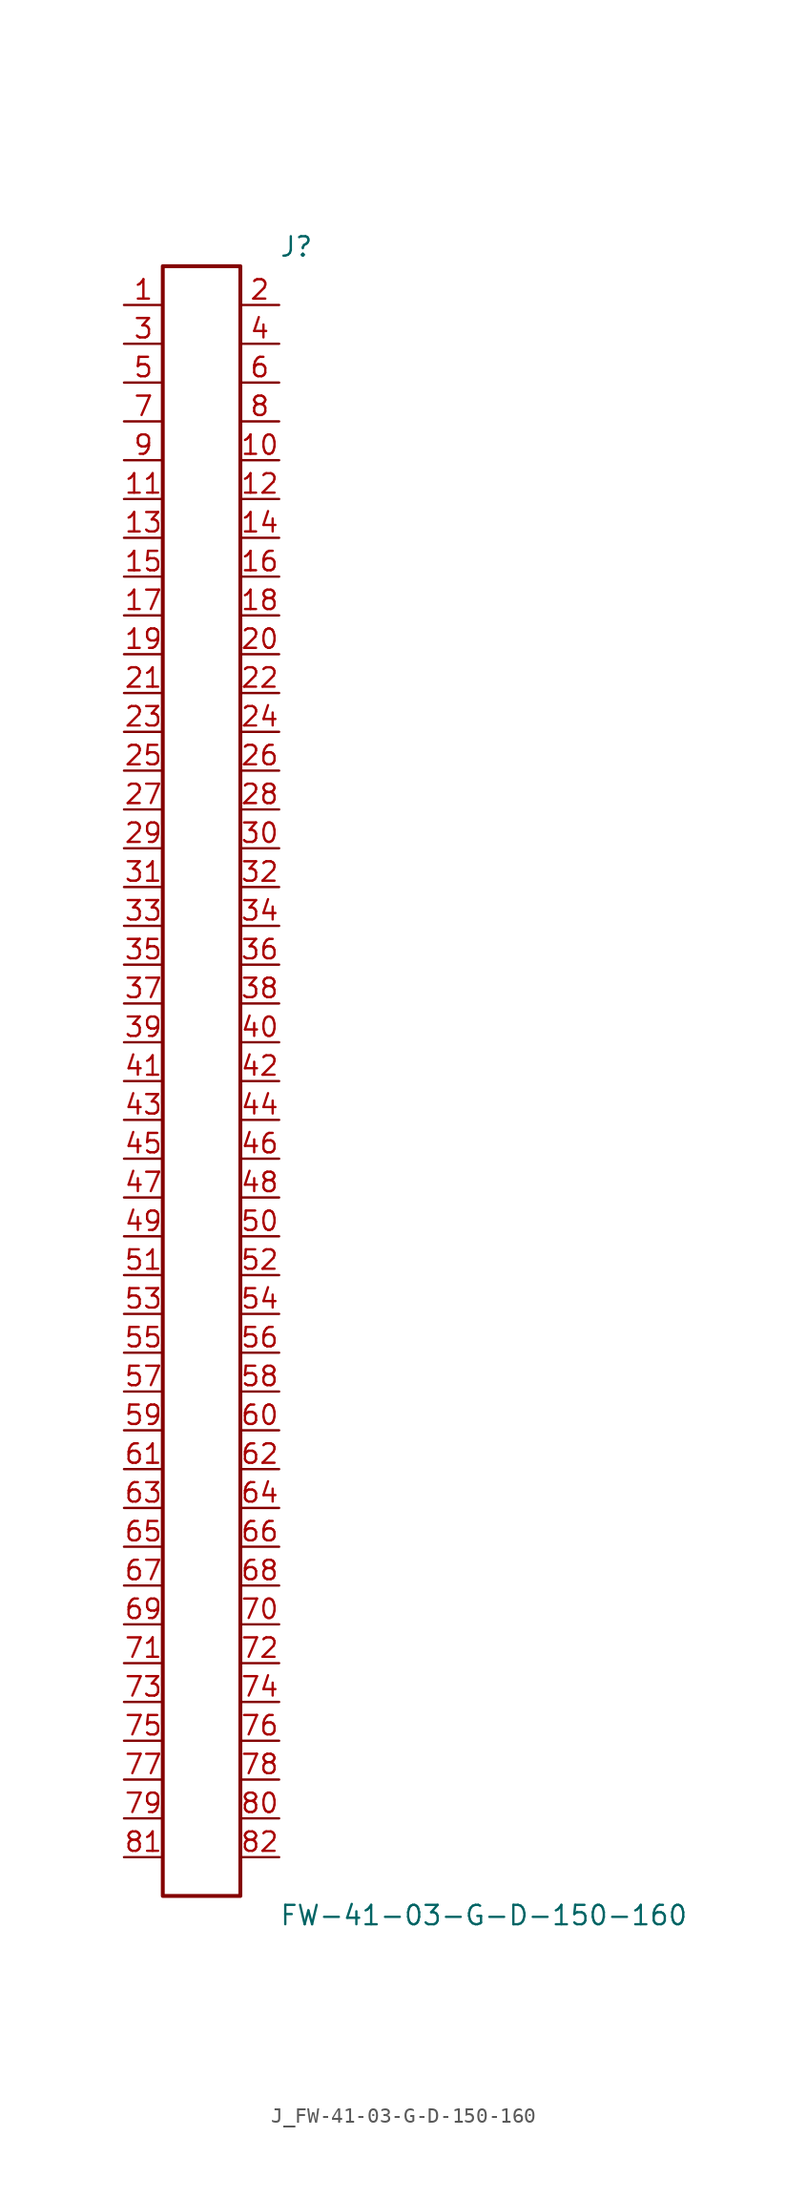
<source format=kicad_sym>
(kicad_symbol_lib
  (version 20231120)
  (generator kicad_symbol_editor)
  (generator_version 8.0)
  (symbol "J_FW-41-03-G-D-150-160"
    (pin_names
      (offset 0.254))
    (property "Reference" "J"
      (at 5.08 54.61 0)
      (effects (font (size 1.27 1.27)) (justify left)))
    (property "Value" "FW-41-03-G-D-150-160"
      (at 5.08 -54.61 0)
      (effects (font (size 1.27 1.27)) (justify left)))
    (symbol "J_FW-41-03-G-D-150-160_0_0"
      (pin passive line (at -5.08 50.8 0) (length 2.54) (name "" (effects (font (size 1.27 1.27)))) (number "1" (effects (font (size 1.27 1.27)))))
      (pin passive line (at 5.08 50.8 180) (length 2.54) (name "" (effects (font (size 1.27 1.27)))) (number "2" (effects (font (size 1.27 1.27)))))
      (pin passive line (at -5.08 48.26 0) (length 2.54) (name "" (effects (font (size 1.27 1.27)))) (number "3" (effects (font (size 1.27 1.27)))))
      (pin passive line (at 5.08 48.26 180) (length 2.54) (name "" (effects (font (size 1.27 1.27)))) (number "4" (effects (font (size 1.27 1.27)))))
      (pin passive line (at -5.08 45.72 0) (length 2.54) (name "" (effects (font (size 1.27 1.27)))) (number "5" (effects (font (size 1.27 1.27)))))
      (pin passive line (at 5.08 45.72 180) (length 2.54) (name "" (effects (font (size 1.27 1.27)))) (number "6" (effects (font (size 1.27 1.27)))))
      (pin passive line (at -5.08 43.18 0) (length 2.54) (name "" (effects (font (size 1.27 1.27)))) (number "7" (effects (font (size 1.27 1.27)))))
      (pin passive line (at 5.08 43.18 180) (length 2.54) (name "" (effects (font (size 1.27 1.27)))) (number "8" (effects (font (size 1.27 1.27)))))
      (pin passive line (at -5.08 40.64 0) (length 2.54) (name "" (effects (font (size 1.27 1.27)))) (number "9" (effects (font (size 1.27 1.27)))))
      (pin passive line (at 5.08 40.64 180) (length 2.54) (name "" (effects (font (size 1.27 1.27)))) (number "10" (effects (font (size 1.27 1.27)))))
      (pin passive line (at -5.08 38.1 0) (length 2.54) (name "" (effects (font (size 1.27 1.27)))) (number "11" (effects (font (size 1.27 1.27)))))
      (pin passive line (at 5.08 38.1 180) (length 2.54) (name "" (effects (font (size 1.27 1.27)))) (number "12" (effects (font (size 1.27 1.27)))))
      (pin passive line (at -5.08 35.56 0) (length 2.54) (name "" (effects (font (size 1.27 1.27)))) (number "13" (effects (font (size 1.27 1.27)))))
      (pin passive line (at 5.08 35.56 180) (length 2.54) (name "" (effects (font (size 1.27 1.27)))) (number "14" (effects (font (size 1.27 1.27)))))
      (pin passive line (at -5.08 33.02 0) (length 2.54) (name "" (effects (font (size 1.27 1.27)))) (number "15" (effects (font (size 1.27 1.27)))))
      (pin passive line (at 5.08 33.02 180) (length 2.54) (name "" (effects (font (size 1.27 1.27)))) (number "16" (effects (font (size 1.27 1.27)))))
      (pin passive line (at -5.08 30.48 0) (length 2.54) (name "" (effects (font (size 1.27 1.27)))) (number "17" (effects (font (size 1.27 1.27)))))
      (pin passive line (at 5.08 30.48 180) (length 2.54) (name "" (effects (font (size 1.27 1.27)))) (number "18" (effects (font (size 1.27 1.27)))))
      (pin passive line (at -5.08 27.94 0) (length 2.54) (name "" (effects (font (size 1.27 1.27)))) (number "19" (effects (font (size 1.27 1.27)))))
      (pin passive line (at 5.08 27.94 180) (length 2.54) (name "" (effects (font (size 1.27 1.27)))) (number "20" (effects (font (size 1.27 1.27)))))
      (pin passive line (at -5.08 25.4 0) (length 2.54) (name "" (effects (font (size 1.27 1.27)))) (number "21" (effects (font (size 1.27 1.27)))))
      (pin passive line (at 5.08 25.4 180) (length 2.54) (name "" (effects (font (size 1.27 1.27)))) (number "22" (effects (font (size 1.27 1.27)))))
      (pin passive line (at -5.08 22.86 0) (length 2.54) (name "" (effects (font (size 1.27 1.27)))) (number "23" (effects (font (size 1.27 1.27)))))
      (pin passive line (at 5.08 22.86 180) (length 2.54) (name "" (effects (font (size 1.27 1.27)))) (number "24" (effects (font (size 1.27 1.27)))))
      (pin passive line (at -5.08 20.32 0) (length 2.54) (name "" (effects (font (size 1.27 1.27)))) (number "25" (effects (font (size 1.27 1.27)))))
      (pin passive line (at 5.08 20.32 180) (length 2.54) (name "" (effects (font (size 1.27 1.27)))) (number "26" (effects (font (size 1.27 1.27)))))
      (pin passive line (at -5.08 17.78 0) (length 2.54) (name "" (effects (font (size 1.27 1.27)))) (number "27" (effects (font (size 1.27 1.27)))))
      (pin passive line (at 5.08 17.78 180) (length 2.54) (name "" (effects (font (size 1.27 1.27)))) (number "28" (effects (font (size 1.27 1.27)))))
      (pin passive line (at -5.08 15.24 0) (length 2.54) (name "" (effects (font (size 1.27 1.27)))) (number "29" (effects (font (size 1.27 1.27)))))
      (pin passive line (at 5.08 15.24 180) (length 2.54) (name "" (effects (font (size 1.27 1.27)))) (number "30" (effects (font (size 1.27 1.27)))))
      (pin passive line (at -5.08 12.7 0) (length 2.54) (name "" (effects (font (size 1.27 1.27)))) (number "31" (effects (font (size 1.27 1.27)))))
      (pin passive line (at 5.08 12.7 180) (length 2.54) (name "" (effects (font (size 1.27 1.27)))) (number "32" (effects (font (size 1.27 1.27)))))
      (pin passive line (at -5.08 10.16 0) (length 2.54) (name "" (effects (font (size 1.27 1.27)))) (number "33" (effects (font (size 1.27 1.27)))))
      (pin passive line (at 5.08 10.16 180) (length 2.54) (name "" (effects (font (size 1.27 1.27)))) (number "34" (effects (font (size 1.27 1.27)))))
      (pin passive line (at -5.08 7.62 0) (length 2.54) (name "" (effects (font (size 1.27 1.27)))) (number "35" (effects (font (size 1.27 1.27)))))
      (pin passive line (at 5.08 7.62 180) (length 2.54) (name "" (effects (font (size 1.27 1.27)))) (number "36" (effects (font (size 1.27 1.27)))))
      (pin passive line (at -5.08 5.08 0) (length 2.54) (name "" (effects (font (size 1.27 1.27)))) (number "37" (effects (font (size 1.27 1.27)))))
      (pin passive line (at 5.08 5.08 180) (length 2.54) (name "" (effects (font (size 1.27 1.27)))) (number "38" (effects (font (size 1.27 1.27)))))
      (pin passive line (at -5.08 2.54 0) (length 2.54) (name "" (effects (font (size 1.27 1.27)))) (number "39" (effects (font (size 1.27 1.27)))))
      (pin passive line (at 5.08 2.54 180) (length 2.54) (name "" (effects (font (size 1.27 1.27)))) (number "40" (effects (font (size 1.27 1.27)))))
      (pin passive line (at -5.08 0.0 0) (length 2.54) (name "" (effects (font (size 1.27 1.27)))) (number "41" (effects (font (size 1.27 1.27)))))
      (pin passive line (at 5.08 0.0 180) (length 2.54) (name "" (effects (font (size 1.27 1.27)))) (number "42" (effects (font (size 1.27 1.27)))))
      (pin passive line (at -5.08 -2.54 0) (length 2.54) (name "" (effects (font (size 1.27 1.27)))) (number "43" (effects (font (size 1.27 1.27)))))
      (pin passive line (at 5.08 -2.54 180) (length 2.54) (name "" (effects (font (size 1.27 1.27)))) (number "44" (effects (font (size 1.27 1.27)))))
      (pin passive line (at -5.08 -5.08 0) (length 2.54) (name "" (effects (font (size 1.27 1.27)))) (number "45" (effects (font (size 1.27 1.27)))))
      (pin passive line (at 5.08 -5.08 180) (length 2.54) (name "" (effects (font (size 1.27 1.27)))) (number "46" (effects (font (size 1.27 1.27)))))
      (pin passive line (at -5.08 -7.62 0) (length 2.54) (name "" (effects (font (size 1.27 1.27)))) (number "47" (effects (font (size 1.27 1.27)))))
      (pin passive line (at 5.08 -7.62 180) (length 2.54) (name "" (effects (font (size 1.27 1.27)))) (number "48" (effects (font (size 1.27 1.27)))))
      (pin passive line (at -5.08 -10.16 0) (length 2.54) (name "" (effects (font (size 1.27 1.27)))) (number "49" (effects (font (size 1.27 1.27)))))
      (pin passive line (at 5.08 -10.16 180) (length 2.54) (name "" (effects (font (size 1.27 1.27)))) (number "50" (effects (font (size 1.27 1.27)))))
      (pin passive line (at -5.08 -12.7 0) (length 2.54) (name "" (effects (font (size 1.27 1.27)))) (number "51" (effects (font (size 1.27 1.27)))))
      (pin passive line (at 5.08 -12.7 180) (length 2.54) (name "" (effects (font (size 1.27 1.27)))) (number "52" (effects (font (size 1.27 1.27)))))
      (pin passive line (at -5.08 -15.24 0) (length 2.54) (name "" (effects (font (size 1.27 1.27)))) (number "53" (effects (font (size 1.27 1.27)))))
      (pin passive line (at 5.08 -15.24 180) (length 2.54) (name "" (effects (font (size 1.27 1.27)))) (number "54" (effects (font (size 1.27 1.27)))))
      (pin passive line (at -5.08 -17.78 0) (length 2.54) (name "" (effects (font (size 1.27 1.27)))) (number "55" (effects (font (size 1.27 1.27)))))
      (pin passive line (at 5.08 -17.78 180) (length 2.54) (name "" (effects (font (size 1.27 1.27)))) (number "56" (effects (font (size 1.27 1.27)))))
      (pin passive line (at -5.08 -20.32 0) (length 2.54) (name "" (effects (font (size 1.27 1.27)))) (number "57" (effects (font (size 1.27 1.27)))))
      (pin passive line (at 5.08 -20.32 180) (length 2.54) (name "" (effects (font (size 1.27 1.27)))) (number "58" (effects (font (size 1.27 1.27)))))
      (pin passive line (at -5.08 -22.86 0) (length 2.54) (name "" (effects (font (size 1.27 1.27)))) (number "59" (effects (font (size 1.27 1.27)))))
      (pin passive line (at 5.08 -22.86 180) (length 2.54) (name "" (effects (font (size 1.27 1.27)))) (number "60" (effects (font (size 1.27 1.27)))))
      (pin passive line (at -5.08 -25.4 0) (length 2.54) (name "" (effects (font (size 1.27 1.27)))) (number "61" (effects (font (size 1.27 1.27)))))
      (pin passive line (at 5.08 -25.4 180) (length 2.54) (name "" (effects (font (size 1.27 1.27)))) (number "62" (effects (font (size 1.27 1.27)))))
      (pin passive line (at -5.08 -27.94 0) (length 2.54) (name "" (effects (font (size 1.27 1.27)))) (number "63" (effects (font (size 1.27 1.27)))))
      (pin passive line (at 5.08 -27.94 180) (length 2.54) (name "" (effects (font (size 1.27 1.27)))) (number "64" (effects (font (size 1.27 1.27)))))
      (pin passive line (at -5.08 -30.48 0) (length 2.54) (name "" (effects (font (size 1.27 1.27)))) (number "65" (effects (font (size 1.27 1.27)))))
      (pin passive line (at 5.08 -30.48 180) (length 2.54) (name "" (effects (font (size 1.27 1.27)))) (number "66" (effects (font (size 1.27 1.27)))))
      (pin passive line (at -5.08 -33.02 0) (length 2.54) (name "" (effects (font (size 1.27 1.27)))) (number "67" (effects (font (size 1.27 1.27)))))
      (pin passive line (at 5.08 -33.02 180) (length 2.54) (name "" (effects (font (size 1.27 1.27)))) (number "68" (effects (font (size 1.27 1.27)))))
      (pin passive line (at -5.08 -35.56 0) (length 2.54) (name "" (effects (font (size 1.27 1.27)))) (number "69" (effects (font (size 1.27 1.27)))))
      (pin passive line (at 5.08 -35.56 180) (length 2.54) (name "" (effects (font (size 1.27 1.27)))) (number "70" (effects (font (size 1.27 1.27)))))
      (pin passive line (at -5.08 -38.1 0) (length 2.54) (name "" (effects (font (size 1.27 1.27)))) (number "71" (effects (font (size 1.27 1.27)))))
      (pin passive line (at 5.08 -38.1 180) (length 2.54) (name "" (effects (font (size 1.27 1.27)))) (number "72" (effects (font (size 1.27 1.27)))))
      (pin passive line (at -5.08 -40.64 0) (length 2.54) (name "" (effects (font (size 1.27 1.27)))) (number "73" (effects (font (size 1.27 1.27)))))
      (pin passive line (at 5.08 -40.64 180) (length 2.54) (name "" (effects (font (size 1.27 1.27)))) (number "74" (effects (font (size 1.27 1.27)))))
      (pin passive line (at -5.08 -43.18 0) (length 2.54) (name "" (effects (font (size 1.27 1.27)))) (number "75" (effects (font (size 1.27 1.27)))))
      (pin passive line (at 5.08 -43.18 180) (length 2.54) (name "" (effects (font (size 1.27 1.27)))) (number "76" (effects (font (size 1.27 1.27)))))
      (pin passive line (at -5.08 -45.72 0) (length 2.54) (name "" (effects (font (size 1.27 1.27)))) (number "77" (effects (font (size 1.27 1.27)))))
      (pin passive line (at 5.08 -45.72 180) (length 2.54) (name "" (effects (font (size 1.27 1.27)))) (number "78" (effects (font (size 1.27 1.27)))))
      (pin passive line (at -5.08 -48.26 0) (length 2.54) (name "" (effects (font (size 1.27 1.27)))) (number "79" (effects (font (size 1.27 1.27)))))
      (pin passive line (at 5.08 -48.26 180) (length 2.54) (name "" (effects (font (size 1.27 1.27)))) (number "80" (effects (font (size 1.27 1.27)))))
      (pin passive line (at -5.08 -50.8 0) (length 2.54) (name "" (effects (font (size 1.27 1.27)))) (number "81" (effects (font (size 1.27 1.27)))))
      (pin passive line (at 5.08 -50.8 180) (length 2.54) (name "" (effects (font (size 1.27 1.27)))) (number "82" (effects (font (size 1.27 1.27))))))
    (symbol "J_FW-41-03-G-D-150-160_1_0"
      (rectangle (start -2.54 53.34) (end 2.54 -53.34) (stroke (width 0.254) (type solid)) (fill (type none))))))
</source>
